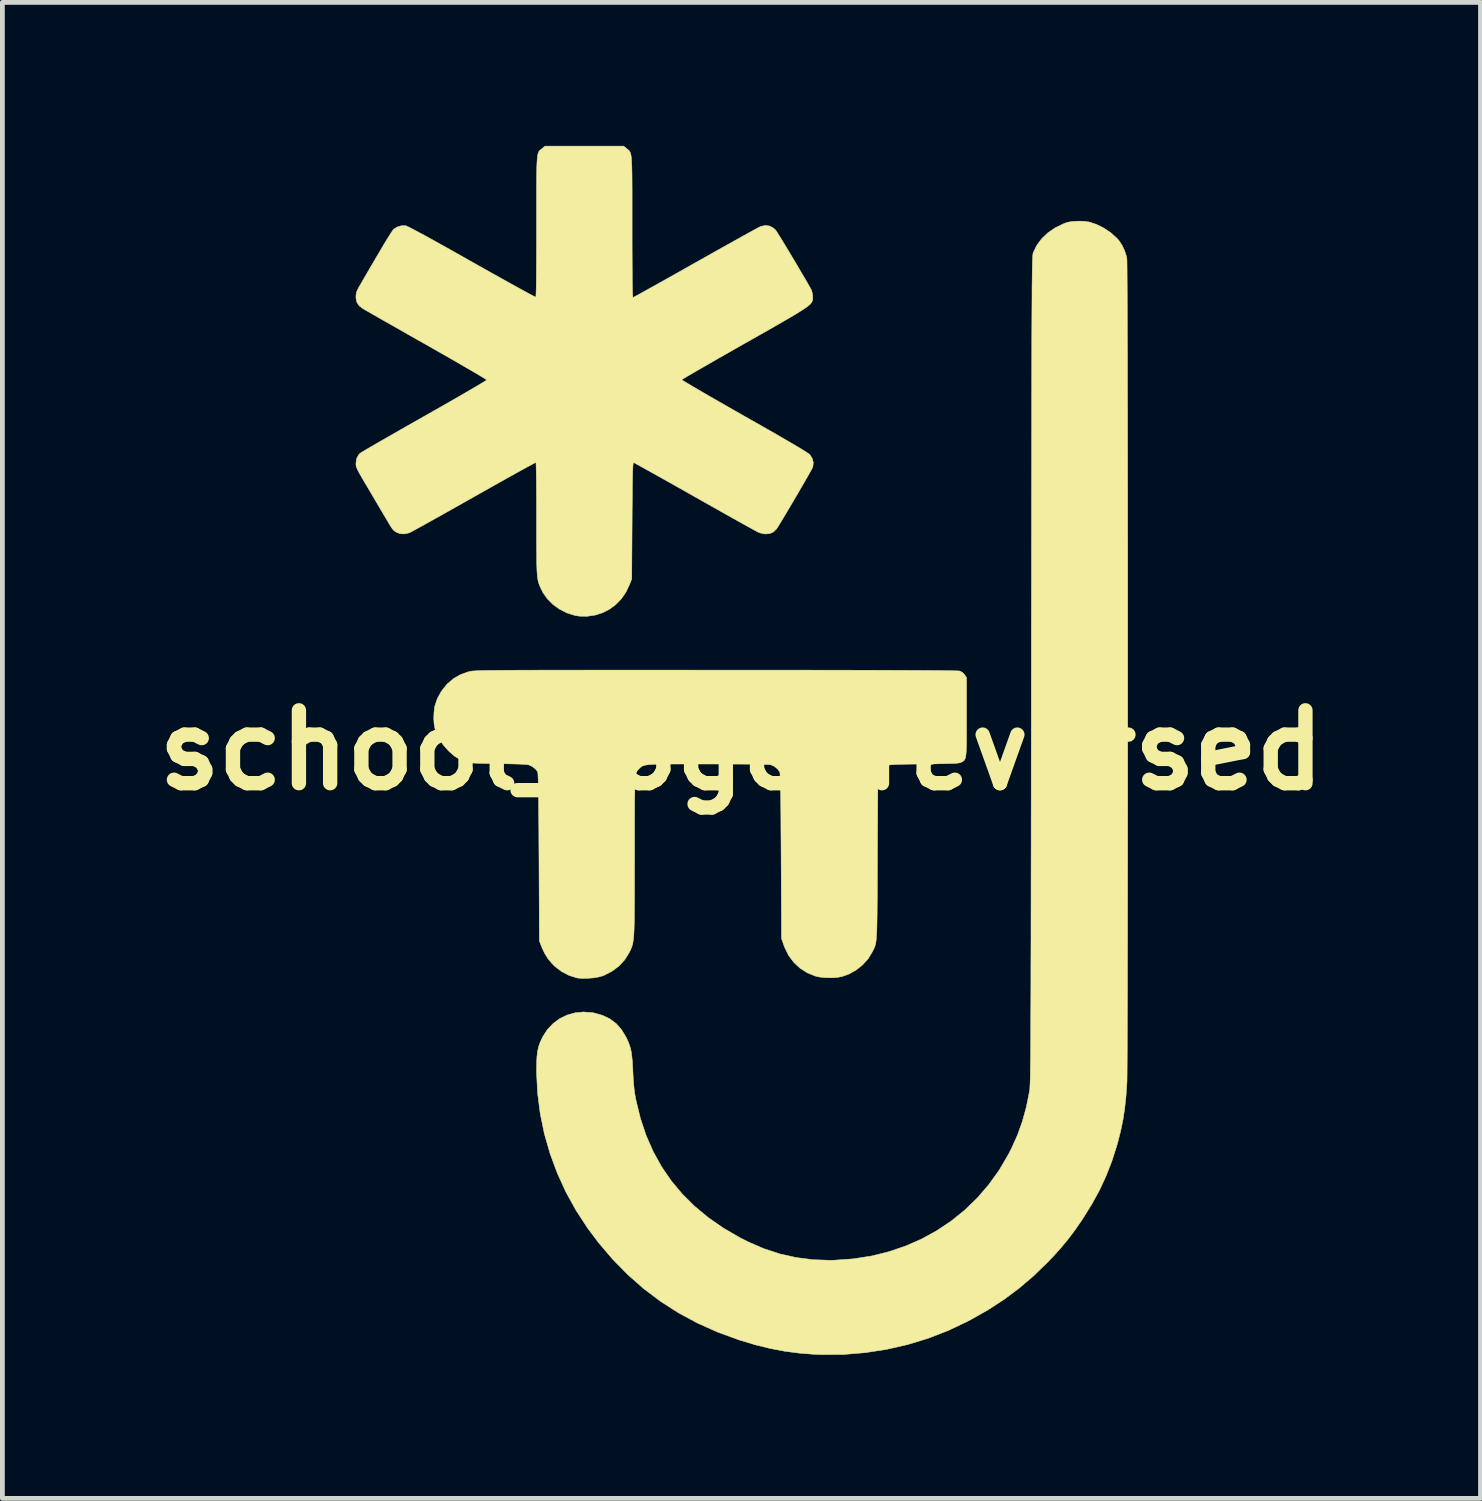
<source format=kicad_pcb>
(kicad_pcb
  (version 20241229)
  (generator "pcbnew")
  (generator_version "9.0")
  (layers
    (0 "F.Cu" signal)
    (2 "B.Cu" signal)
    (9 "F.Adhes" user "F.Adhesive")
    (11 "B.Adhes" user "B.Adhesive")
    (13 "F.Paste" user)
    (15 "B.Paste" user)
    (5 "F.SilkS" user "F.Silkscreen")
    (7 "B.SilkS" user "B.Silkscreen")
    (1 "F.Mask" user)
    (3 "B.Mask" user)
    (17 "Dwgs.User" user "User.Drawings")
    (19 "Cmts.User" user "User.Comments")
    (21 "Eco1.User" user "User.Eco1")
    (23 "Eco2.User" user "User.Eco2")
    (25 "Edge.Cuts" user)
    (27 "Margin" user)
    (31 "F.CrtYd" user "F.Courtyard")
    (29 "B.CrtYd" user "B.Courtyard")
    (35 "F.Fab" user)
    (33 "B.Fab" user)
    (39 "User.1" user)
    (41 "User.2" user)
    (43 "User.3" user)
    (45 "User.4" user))
  (footprint "school_logo_reversed"
    (layer "F.Cu")
    (at 12.453 12.637)
    (property "Reference" "school_logo_reversed" (at 0 0 0) (layer "F.SilkS") (effects (font (size 1.524 1.524) (thickness 0.3))))
    (attr through_hole)
    (fp_poly (pts (xy 7.184 -11.058) (xy 7.274 -11.044) (xy 7.281 -11.043) (xy 7.428 -10.993) (xy 7.577 -10.919) (xy 7.717 -10.825) (xy 7.839 -10.717) (xy 7.897 -10.653) (xy 7.958 -10.56) (xy 8.011 -10.448) (xy 8.049 -10.332) (xy 8.059 -10.279) (xy 8.061 -10.254) (xy 8.062 -10.196) (xy 8.063 -10.107) (xy 8.064 -9.988) (xy 8.065 -9.84) (xy 8.066 -9.664) (xy 8.067 -9.462) (xy 8.068 -9.235) (xy 8.069 -8.984) (xy 8.07 -8.71) (xy 8.071 -8.415) (xy 8.072 -8.099) (xy 8.072 -7.765) (xy 8.073 -7.413) (xy 8.074 -7.044) (xy 8.074 -6.66) (xy 8.075 -6.262) (xy 8.075 -5.851) (xy 8.076 -5.429) (xy 8.076 -4.997) (xy 8.076 -4.555) (xy 8.077 -4.106) (xy 8.077 -3.65) (xy 8.077 -3.189) (xy 8.077 -2.723) (xy 8.077 -2.255) (xy 8.077 -1.786) (xy 8.077 -1.315) (xy 8.077 -0.846) (xy 8.077 -0.379) (xy 8.077 0.084) (xy 8.077 0.543) (xy 8.077 0.997) (xy 8.076 1.443) (xy 8.076 1.88) (xy 8.076 2.308) (xy 8.075 2.726) (xy 8.075 3.131) (xy 8.074 3.523) (xy 8.074 3.9) (xy 8.073 4.262) (xy 8.072 4.606) (xy 8.072 4.933) (xy 8.071 5.239) (xy 8.07 5.525) (xy 8.069 5.789) (xy 8.068 6.03) (xy 8.067 6.246) (xy 8.066 6.437) (xy 8.065 6.6) (xy 8.064 6.736) (xy 8.063 6.842) (xy 8.062 6.917) (xy 8.06 6.96) (xy 8.06 6.962) (xy 8.041 7.237) (xy 8.014 7.489) (xy 7.978 7.726) (xy 7.93 7.959) (xy 7.869 8.198) (xy 7.848 8.272) (xy 7.744 8.597) (xy 7.624 8.904) (xy 7.486 9.201) (xy 7.324 9.496) (xy 7.136 9.798) (xy 7.121 9.821) (xy 6.978 10.028) (xy 6.837 10.216) (xy 6.689 10.395) (xy 6.527 10.576) (xy 6.405 10.703) (xy 6.113 10.987) (xy 5.812 11.244) (xy 5.497 11.48) (xy 5.161 11.699) (xy 4.8 11.904) (xy 4.724 11.944) (xy 4.321 12.135) (xy 3.903 12.297) (xy 3.473 12.428) (xy 3.034 12.528) (xy 2.589 12.597) (xy 2.14 12.634) (xy 1.691 12.638) (xy 1.532 12.632) (xy 1.212 12.607) (xy 0.905 12.567) (xy 0.601 12.509) (xy 0.292 12.433) (xy -0.033 12.335) (xy -0.064 12.325) (xy -0.5 12.166) (xy -0.915 11.98) (xy -1.309 11.768) (xy -1.684 11.529) (xy -2.038 11.263) (xy -2.374 10.968) (xy -2.69 10.646) (xy -2.989 10.295) (xy -3.218 9.99) (xy -3.458 9.622) (xy -3.669 9.24) (xy -3.85 8.844) (xy -4 8.438) (xy -4.12 8.022) (xy -4.207 7.599) (xy -4.262 7.17) (xy -4.284 6.739) (xy -4.284 6.679) (xy -4.282 6.525) (xy -4.275 6.398) (xy -4.261 6.291) (xy -4.24 6.196) (xy -4.209 6.108) (xy -4.168 6.018) (xy -4.154 5.99) (xy -4.057 5.84) (xy -3.937 5.714) (xy -3.799 5.612) (xy -3.644 5.537) (xy -3.478 5.49) (xy -3.303 5.473) (xy -3.122 5.486) (xy -3.084 5.493) (xy -2.906 5.543) (xy -2.753 5.616) (xy -2.621 5.714) (xy -2.51 5.839) (xy -2.417 5.991) (xy -2.402 6.02) (xy -2.367 6.097) (xy -2.339 6.169) (xy -2.318 6.24) (xy -2.302 6.318) (xy -2.29 6.409) (xy -2.28 6.519) (xy -2.272 6.653) (xy -2.269 6.723) (xy -2.262 6.866) (xy -2.253 6.985) (xy -2.243 7.088) (xy -2.23 7.183) (xy -2.213 7.28) (xy -2.202 7.332) (xy -2.11 7.706) (xy -1.991 8.06) (xy -1.844 8.394) (xy -1.67 8.708) (xy -1.468 9.003) (xy -1.238 9.278) (xy -0.981 9.534) (xy -0.696 9.77) (xy -0.383 9.988) (xy -0.042 10.187) (xy 0.135 10.277) (xy 0.466 10.421) (xy 0.802 10.531) (xy 1.146 10.608) (xy 1.497 10.653) (xy 1.857 10.665) (xy 1.946 10.663) (xy 2.338 10.635) (xy 2.716 10.576) (xy 3.082 10.486) (xy 3.437 10.365) (xy 3.768 10.22) (xy 4.088 10.044) (xy 4.391 9.841) (xy 4.674 9.612) (xy 4.936 9.357) (xy 5.175 9.079) (xy 5.39 8.779) (xy 5.579 8.458) (xy 5.648 8.323) (xy 5.774 8.042) (xy 5.875 7.759) (xy 5.956 7.465) (xy 6.02 7.149) (xy 6.024 7.128) (xy 6.026 7.113) (xy 6.028 7.096) (xy 6.03 7.075) (xy 6.032 7.049) (xy 6.033 7.018) (xy 6.035 6.981) (xy 6.037 6.937) (xy 6.038 6.884) (xy 6.04 6.823) (xy 6.041 6.752) (xy 6.042 6.67) (xy 6.043 6.577) (xy 6.045 6.471) (xy 6.046 6.352) (xy 6.047 6.219) (xy 6.048 6.071) (xy 6.049 5.907) (xy 6.049 5.726) (xy 6.05 5.528) (xy 6.051 5.31) (xy 6.052 5.074) (xy 6.053 4.817) (xy 6.053 4.539) (xy 6.054 4.239) (xy 6.055 3.916) (xy 6.055 3.569) (xy 6.056 3.197) (xy 6.056 2.8) (xy 6.057 2.376) (xy 6.058 1.925) (xy 6.058 1.446) (xy 6.059 0.937) (xy 6.059 0.399) (xy 6.06 -0.17) (xy 6.061 -0.771) (xy 6.061 -1.405) (xy 6.062 -1.685) (xy 6.062 -2.331) (xy 6.063 -2.944) (xy 6.064 -3.525) (xy 6.064 -4.075) (xy 6.065 -4.594) (xy 6.065 -5.084) (xy 6.066 -5.545) (xy 6.067 -5.978) (xy 6.067 -6.385) (xy 6.068 -6.766) (xy 6.068 -7.121) (xy 6.069 -7.452) (xy 6.069 -7.76) (xy 6.07 -8.045) (xy 6.071 -8.309) (xy 6.071 -8.552) (xy 6.072 -8.775) (xy 6.073 -8.978) (xy 6.074 -9.164) (xy 6.075 -9.333) (xy 6.076 -9.485) (xy 6.076 -9.621) (xy 6.077 -9.743) (xy 6.079 -9.851) (xy 6.08 -9.947) (xy 6.081 -10.03) (xy 6.082 -10.102) (xy 6.084 -10.164) (xy 6.085 -10.216) (xy 6.087 -10.26) (xy 6.088 -10.296) (xy 6.09 -10.325) (xy 6.092 -10.348) (xy 6.094 -10.367) (xy 6.096 -10.381) (xy 6.098 -10.392) (xy 6.1 -10.4) (xy 6.102 -10.406) (xy 6.176 -10.558) (xy 6.28 -10.698) (xy 6.41 -10.821) (xy 6.564 -10.926) (xy 6.739 -11.01) (xy 6.799 -11.033) (xy 6.875 -11.05) (xy 6.973 -11.06) (xy 7.08 -11.063) (xy 7.184 -11.058)) (stroke (width 0.01) (type solid)) (fill yes) (layer "F.SilkS"))
    (fp_poly (pts (xy -2.07 -1.676) (xy -1.658 -1.676) (xy -1.215 -1.676) (xy -0.74 -1.675) (xy -0.526 -1.675) (xy -0.01 -1.675) (xy 0.473 -1.675) (xy 0.924 -1.675) (xy 1.343 -1.675) (xy 1.733 -1.674) (xy 2.093 -1.674) (xy 2.424 -1.673) (xy 2.728 -1.673) (xy 3.005 -1.672) (xy 3.256 -1.671) (xy 3.482 -1.67) (xy 3.684 -1.669) (xy 3.863 -1.668) (xy 4.02 -1.667) (xy 4.155 -1.666) (xy 4.269 -1.664) (xy 4.364 -1.663) (xy 4.439 -1.661) (xy 4.497 -1.66) (xy 4.538 -1.658) (xy 4.563 -1.656) (xy 4.571 -1.654) (xy 4.624 -1.624) (xy 4.668 -1.578) (xy 4.669 -1.577) (xy 4.707 -1.519) (xy 4.707 -0.699) (xy 4.707 -0.503) (xy 4.707 -0.338) (xy 4.706 -0.201) (xy 4.705 -0.089) (xy 4.702 0.000273) (xy 4.697 0.07) (xy 4.691 0.123) (xy 4.682 0.163) (xy 4.671 0.191) (xy 4.657 0.212) (xy 4.64 0.227) (xy 4.619 0.24) (xy 4.601 0.249) (xy 4.585 0.257) (xy 4.565 0.263) (xy 4.536 0.268) (xy 4.496 0.272) (xy 4.442 0.276) (xy 4.37 0.278) (xy 4.277 0.281) (xy 4.161 0.283) (xy 4.018 0.285) (xy 3.845 0.287) (xy 3.802 0.288) (xy 3.612 0.29) (xy 3.454 0.292) (xy 3.323 0.295) (xy 3.217 0.299) (xy 3.133 0.304) (xy 3.067 0.311) (xy 3.017 0.32) (xy 2.98 0.332) (xy 2.952 0.347) (xy 2.931 0.366) (xy 2.913 0.388) (xy 2.895 0.415) (xy 2.892 0.421) (xy 2.853 0.483) (xy 2.844 2.227) (xy 2.843 2.511) (xy 2.842 2.764) (xy 2.841 2.987) (xy 2.839 3.182) (xy 2.838 3.352) (xy 2.836 3.499) (xy 2.834 3.624) (xy 2.832 3.729) (xy 2.828 3.818) (xy 2.824 3.892) (xy 2.819 3.952) (xy 2.813 4.002) (xy 2.806 4.043) (xy 2.798 4.077) (xy 2.789 4.106) (xy 2.778 4.133) (xy 2.765 4.16) (xy 2.751 4.188) (xy 2.735 4.219) (xy 2.647 4.363) (xy 2.531 4.491) (xy 2.394 4.599) (xy 2.241 4.683) (xy 2.099 4.733) (xy 1.999 4.751) (xy 1.879 4.758) (xy 1.754 4.755) (xy 1.636 4.743) (xy 1.547 4.723) (xy 1.377 4.654) (xy 1.225 4.557) (xy 1.094 4.435) (xy 0.986 4.29) (xy 0.904 4.124) (xy 0.885 4.072) (xy 0.838 3.937) (xy 0.83 2.218) (xy 0.828 1.913) (xy 0.826 1.64) (xy 0.825 1.398) (xy 0.823 1.187) (xy 0.821 1.006) (xy 0.818 0.852) (xy 0.816 0.725) (xy 0.813 0.624) (xy 0.81 0.548) (xy 0.807 0.495) (xy 0.804 0.465) (xy 0.802 0.457) (xy 0.756 0.392) (xy 0.689 0.338) (xy 0.618 0.306) (xy 0.587 0.302) (xy 0.525 0.299) (xy 0.433 0.296) (xy 0.308 0.293) (xy 0.152 0.291) (xy -0.036 0.29) (xy -0.258 0.289) (xy -0.512 0.288) (xy -0.708 0.288) (xy -0.951 0.288) (xy -1.162 0.288) (xy -1.345 0.288) (xy -1.5 0.289) (xy -1.632 0.29) (xy -1.741 0.292) (xy -1.83 0.295) (xy -1.903 0.299) (xy -1.96 0.304) (xy -2.005 0.311) (xy -2.039 0.319) (xy -2.066 0.329) (xy -2.087 0.34) (xy -2.105 0.354) (xy -2.122 0.37) (xy -2.138 0.385) (xy -2.154 0.4) (xy -2.168 0.415) (xy -2.18 0.431) (xy -2.19 0.451) (xy -2.2 0.477) (xy -2.207 0.51) (xy -2.214 0.553) (xy -2.219 0.608) (xy -2.224 0.677) (xy -2.227 0.762) (xy -2.23 0.864) (xy -2.232 0.986) (xy -2.234 1.13) (xy -2.234 1.298) (xy -2.235 1.492) (xy -2.235 1.713) (xy -2.235 1.965) (xy -2.235 2.234) (xy -2.236 2.517) (xy -2.236 2.768) (xy -2.236 2.99) (xy -2.237 3.184) (xy -2.238 3.353) (xy -2.239 3.499) (xy -2.241 3.624) (xy -2.244 3.73) (xy -2.248 3.819) (xy -2.253 3.894) (xy -2.259 3.956) (xy -2.267 4.008) (xy -2.275 4.052) (xy -2.285 4.09) (xy -2.297 4.124) (xy -2.311 4.156) (xy -2.326 4.189) (xy -2.344 4.224) (xy -2.346 4.23) (xy -2.439 4.38) (xy -2.558 4.51) (xy -2.701 4.618) (xy -2.866 4.703) (xy -2.908 4.72) (xy -2.993 4.743) (xy -3.098 4.76) (xy -3.212 4.769) (xy -3.322 4.771) (xy -3.417 4.764) (xy -3.446 4.759) (xy -3.608 4.707) (xy -3.762 4.626) (xy -3.901 4.52) (xy -3.962 4.459) (xy -4.047 4.356) (xy -4.114 4.249) (xy -4.172 4.124) (xy -4.181 4.1) (xy -4.225 3.988) (xy -4.233 2.235) (xy -4.235 1.937) (xy -4.236 1.671) (xy -4.238 1.436) (xy -4.24 1.23) (xy -4.242 1.052) (xy -4.244 0.9) (xy -4.246 0.773) (xy -4.248 0.669) (xy -4.251 0.587) (xy -4.253 0.525) (xy -4.256 0.482) (xy -4.26 0.456) (xy -4.263 0.446) (xy -4.31 0.389) (xy -4.378 0.338) (xy -4.451 0.305) (xy -4.455 0.304) (xy -4.49 0.299) (xy -4.556 0.295) (xy -4.648 0.29) (xy -4.763 0.287) (xy -4.897 0.284) (xy -5.047 0.281) (xy -5.093 0.281) (xy -5.285 0.278) (xy -5.443 0.275) (xy -5.569 0.27) (xy -5.661 0.265) (xy -5.722 0.258) (xy -5.74 0.254) (xy -5.874 0.202) (xy -6.004 0.12) (xy -6.125 0.014) (xy -6.233 -0.109) (xy -6.322 -0.247) (xy -6.389 -0.393) (xy -6.411 -0.464) (xy -6.427 -0.556) (xy -6.433 -0.668) (xy -6.429 -0.785) (xy -6.416 -0.894) (xy -6.409 -0.93) (xy -6.356 -1.085) (xy -6.274 -1.233) (xy -6.168 -1.367) (xy -6.147 -1.389) (xy -6.018 -1.499) (xy -5.875 -1.581) (xy -5.713 -1.639) (xy -5.696 -1.643) (xy -5.683 -1.646) (xy -5.669 -1.649) (xy -5.653 -1.652) (xy -5.634 -1.655) (xy -5.611 -1.657) (xy -5.582 -1.659) (xy -5.547 -1.661) (xy -5.504 -1.663) (xy -5.452 -1.665) (xy -5.389 -1.667) (xy -5.316 -1.668) (xy -5.23 -1.669) (xy -5.13 -1.67) (xy -5.016 -1.671) (xy -4.886 -1.672) (xy -4.739 -1.673) (xy -4.573 -1.674) (xy -4.388 -1.674) (xy -4.182 -1.675) (xy -3.955 -1.675) (xy -3.705 -1.675) (xy -3.431 -1.675) (xy -3.131 -1.676) (xy -2.805 -1.676) (xy -2.452 -1.676) (xy -2.07 -1.676)) (stroke (width 0.01) (type solid)) (fill yes) (layer "F.SilkS"))
    (fp_poly (pts (xy -2.398 -12.579) (xy -2.379 -12.563) (xy -2.362 -12.55) (xy -2.347 -12.535) (xy -2.335 -12.518) (xy -2.324 -12.496) (xy -2.315 -12.467) (xy -2.307 -12.428) (xy -2.301 -12.378) (xy -2.297 -12.315) (xy -2.293 -12.236) (xy -2.29 -12.139) (xy -2.288 -12.022) (xy -2.287 -11.883) (xy -2.286 -11.72) (xy -2.286 -11.53) (xy -2.286 -11.312) (xy -2.286 -11.063) (xy -2.286 -10.939) (xy -2.286 -10.648) (xy -2.285 -10.389) (xy -2.284 -10.164) (xy -2.283 -9.971) (xy -2.282 -9.81) (xy -2.28 -9.68) (xy -2.277 -9.581) (xy -2.274 -9.513) (xy -2.271 -9.475) (xy -2.268 -9.466) (xy -2.251 -9.474) (xy -2.207 -9.498) (xy -2.137 -9.535) (xy -2.045 -9.587) (xy -1.931 -9.65) (xy -1.799 -9.723) (xy -1.65 -9.807) (xy -1.487 -9.898) (xy -1.311 -9.997) (xy -1.125 -10.102) (xy -0.952 -10.2) (xy -0.757 -10.309) (xy -0.571 -10.414) (xy -0.393 -10.514) (xy -0.228 -10.606) (xy -0.077 -10.69) (xy 0.057 -10.765) (xy 0.173 -10.829) (xy 0.268 -10.881) (xy 0.34 -10.92) (xy 0.387 -10.944) (xy 0.405 -10.953) (xy 0.503 -10.973) (xy 0.593 -10.96) (xy 0.673 -10.914) (xy 0.714 -10.877) (xy 0.73 -10.854) (xy 0.761 -10.806) (xy 0.804 -10.737) (xy 0.858 -10.65) (xy 0.919 -10.548) (xy 0.987 -10.437) (xy 1.057 -10.319) (xy 1.129 -10.199) (xy 1.199 -10.08) (xy 1.266 -9.966) (xy 1.328 -9.862) (xy 1.381 -9.77) (xy 1.424 -9.694) (xy 1.454 -9.64) (xy 1.463 -9.623) (xy 1.479 -9.571) (xy 1.489 -9.503) (xy 1.49 -9.474) (xy 1.49 -9.448) (xy 1.489 -9.423) (xy 1.484 -9.4) (xy 1.475 -9.377) (xy 1.46 -9.353) (xy 1.437 -9.326) (xy 1.403 -9.296) (xy 1.358 -9.262) (xy 1.3 -9.222) (xy 1.226 -9.175) (xy 1.136 -9.119) (xy 1.028 -9.055) (xy 0.899 -8.98) (xy 0.748 -8.893) (xy 0.574 -8.793) (xy 0.374 -8.68) (xy 0.147 -8.551) (xy 0.057 -8.501) (xy -0.136 -8.391) (xy -0.32 -8.286) (xy -0.494 -8.187) (xy -0.655 -8.094) (xy -0.801 -8.01) (xy -0.931 -7.936) (xy -1.041 -7.872) (xy -1.13 -7.82) (xy -1.195 -7.781) (xy -1.235 -7.756) (xy -1.247 -7.747) (xy -1.234 -7.736) (xy -1.193 -7.71) (xy -1.126 -7.67) (xy -1.037 -7.617) (xy -0.926 -7.552) (xy -0.796 -7.476) (xy -0.649 -7.391) (xy -0.487 -7.298) (xy -0.312 -7.198) (xy -0.127 -7.092) (xy 0.061 -6.985) (xy 0.312 -6.843) (xy 0.535 -6.716) (xy 0.731 -6.604) (xy 0.9 -6.506) (xy 1.043 -6.422) (xy 1.163 -6.352) (xy 1.259 -6.294) (xy 1.333 -6.248) (xy 1.386 -6.213) (xy 1.42 -6.189) (xy 1.431 -6.178) (xy 1.481 -6.101) (xy 1.502 -6.016) (xy 1.494 -5.93) (xy 1.485 -5.908) (xy 1.471 -5.879) (xy 1.441 -5.825) (xy 1.399 -5.75) (xy 1.346 -5.658) (xy 1.285 -5.552) (xy 1.218 -5.437) (xy 1.148 -5.317) (xy 1.076 -5.194) (xy 1.005 -5.075) (xy 0.938 -4.961) (xy 0.876 -4.858) (xy 0.822 -4.768) (xy 0.779 -4.697) (xy 0.748 -4.648) (xy 0.734 -4.627) (xy 0.667 -4.563) (xy 0.584 -4.528) (xy 0.489 -4.522) (xy 0.386 -4.545) (xy 0.347 -4.561) (xy 0.32 -4.575) (xy 0.265 -4.605) (xy 0.186 -4.649) (xy 0.084 -4.705) (xy -0.038 -4.773) (xy -0.178 -4.851) (xy -0.333 -4.938) (xy -0.501 -5.033) (xy -0.68 -5.134) (xy -0.867 -5.239) (xy -0.982 -5.304) (xy -1.171 -5.412) (xy -1.353 -5.514) (xy -1.523 -5.61) (xy -1.682 -5.699) (xy -1.825 -5.779) (xy -1.952 -5.85) (xy -2.059 -5.909) (xy -2.145 -5.957) (xy -2.207 -5.991) (xy -2.243 -6.01) (xy -2.252 -6.014) (xy -2.257 -6.012) (xy -2.261 -6.002) (xy -2.265 -5.983) (xy -2.268 -5.951) (xy -2.271 -5.905) (xy -2.274 -5.842) (xy -2.276 -5.76) (xy -2.278 -5.657) (xy -2.28 -5.531) (xy -2.281 -5.38) (xy -2.283 -5.201) (xy -2.285 -4.992) (xy -2.286 -4.801) (xy -2.294 -3.581) (xy -2.338 -3.469) (xy -2.416 -3.304) (xy -2.512 -3.164) (xy -2.631 -3.043) (xy -2.761 -2.947) (xy -2.902 -2.875) (xy -3.06 -2.825) (xy -3.225 -2.801) (xy -3.388 -2.803) (xy -3.485 -2.819) (xy -3.649 -2.871) (xy -3.803 -2.949) (xy -3.941 -3.048) (xy -4.058 -3.165) (xy -4.149 -3.295) (xy -4.171 -3.338) (xy -4.192 -3.382) (xy -4.211 -3.422) (xy -4.226 -3.46) (xy -4.24 -3.499) (xy -4.251 -3.541) (xy -4.26 -3.59) (xy -4.267 -3.648) (xy -4.273 -3.717) (xy -4.277 -3.8) (xy -4.28 -3.901) (xy -4.282 -4.021) (xy -4.283 -4.163) (xy -4.284 -4.33) (xy -4.284 -4.525) (xy -4.284 -4.75) (xy -4.284 -4.84) (xy -4.284 -5.036) (xy -4.285 -5.222) (xy -4.286 -5.395) (xy -4.287 -5.552) (xy -4.288 -5.691) (xy -4.29 -5.809) (xy -4.292 -5.904) (xy -4.294 -5.971) (xy -4.296 -6.01) (xy -4.297 -6.018) (xy -4.314 -6.011) (xy -4.357 -5.988) (xy -4.426 -5.951) (xy -4.518 -5.901) (xy -4.631 -5.839) (xy -4.762 -5.766) (xy -4.91 -5.684) (xy -5.073 -5.593) (xy -5.248 -5.494) (xy -5.433 -5.39) (xy -5.597 -5.297) (xy -5.791 -5.188) (xy -5.977 -5.083) (xy -6.154 -4.983) (xy -6.318 -4.891) (xy -6.469 -4.807) (xy -6.603 -4.732) (xy -6.719 -4.668) (xy -6.814 -4.616) (xy -6.885 -4.577) (xy -6.932 -4.553) (xy -6.949 -4.545) (xy -7.046 -4.523) (xy -7.138 -4.528) (xy -7.213 -4.557) (xy -7.248 -4.58) (xy -7.276 -4.603) (xy -7.302 -4.634) (xy -7.332 -4.679) (xy -7.372 -4.744) (xy -7.385 -4.767) (xy -7.411 -4.811) (xy -7.452 -4.88) (xy -7.504 -4.969) (xy -7.566 -5.072) (xy -7.633 -5.186) (xy -7.703 -5.305) (xy -7.73 -5.351) (xy -7.814 -5.493) (xy -7.883 -5.609) (xy -7.937 -5.702) (xy -7.979 -5.775) (xy -8.01 -5.832) (xy -8.032 -5.876) (xy -8.046 -5.909) (xy -8.055 -5.936) (xy -8.059 -5.958) (xy -8.06 -5.98) (xy -8.06 -6.003) (xy -8.047 -6.097) (xy -8.005 -6.175) (xy -7.973 -6.209) (xy -7.953 -6.223) (xy -7.905 -6.252) (xy -7.832 -6.295) (xy -7.736 -6.351) (xy -7.62 -6.419) (xy -7.485 -6.496) (xy -7.333 -6.583) (xy -7.167 -6.678) (xy -6.99 -6.78) (xy -6.802 -6.886) (xy -6.629 -6.984) (xy -6.436 -7.094) (xy -6.251 -7.199) (xy -6.077 -7.298) (xy -5.916 -7.391) (xy -5.77 -7.476) (xy -5.641 -7.551) (xy -5.531 -7.615) (xy -5.443 -7.668) (xy -5.378 -7.707) (xy -5.338 -7.733) (xy -5.326 -7.742) (xy -5.34 -7.754) (xy -5.382 -7.78) (xy -5.449 -7.821) (xy -5.539 -7.875) (xy -5.65 -7.94) (xy -5.78 -8.015) (xy -5.926 -8.1) (xy -6.088 -8.193) (xy -6.261 -8.292) (xy -6.445 -8.397) (xy -6.587 -8.478) (xy -6.779 -8.586) (xy -6.964 -8.691) (xy -7.139 -8.791) (xy -7.303 -8.884) (xy -7.453 -8.969) (xy -7.586 -9.045) (xy -7.7 -9.11) (xy -7.793 -9.164) (xy -7.864 -9.204) (xy -7.908 -9.23) (xy -7.923 -9.239) (xy -7.996 -9.297) (xy -8.04 -9.364) (xy -8.059 -9.447) (xy -8.06 -9.483) (xy -8.058 -9.53) (xy -8.05 -9.572) (xy -8.032 -9.618) (xy -8.002 -9.677) (xy -7.971 -9.73) (xy -7.843 -9.951) (xy -7.731 -10.143) (xy -7.633 -10.31) (xy -7.549 -10.452) (xy -7.479 -10.571) (xy -7.42 -10.669) (xy -7.372 -10.746) (xy -7.334 -10.806) (xy -7.305 -10.849) (xy -7.285 -10.878) (xy -7.274 -10.89) (xy -7.202 -10.939) (xy -7.114 -10.966) (xy -7.023 -10.968) (xy -6.995 -10.958) (xy -6.939 -10.931) (xy -6.855 -10.887) (xy -6.742 -10.827) (xy -6.601 -10.751) (xy -6.431 -10.657) (xy -6.232 -10.546) (xy -6.004 -10.419) (xy -5.748 -10.274) (xy -5.638 -10.212) (xy -5.443 -10.102) (xy -5.256 -9.997) (xy -5.08 -9.899) (xy -4.916 -9.807) (xy -4.768 -9.725) (xy -4.635 -9.652) (xy -4.522 -9.59) (xy -4.43 -9.54) (xy -4.361 -9.504) (xy -4.317 -9.481) (xy -4.3 -9.475) (xy -4.297 -9.493) (xy -4.295 -9.544) (xy -4.292 -9.626) (xy -4.29 -9.738) (xy -4.288 -9.878) (xy -4.287 -10.045) (xy -4.286 -10.237) (xy -4.285 -10.453) (xy -4.284 -10.692) (xy -4.284 -10.949) (xy -4.284 -11.212) (xy -4.284 -11.443) (xy -4.284 -11.645) (xy -4.284 -11.819) (xy -4.283 -11.968) (xy -4.281 -12.094) (xy -4.279 -12.198) (xy -4.275 -12.285) (xy -4.271 -12.354) (xy -4.265 -12.409) (xy -4.258 -12.452) (xy -4.25 -12.485) (xy -4.24 -12.51) (xy -4.228 -12.529) (xy -4.214 -12.544) (xy -4.198 -12.558) (xy -4.18 -12.572) (xy -4.172 -12.579) (xy -4.107 -12.632) (xy -2.463 -12.632) (xy -2.398 -12.579)) (stroke (width 0.01) (type solid)) (fill yes) (layer "F.SilkS")))
  (gr_rect
    (start -3 -3)
    (end 27.907 28.281)
    (stroke (width 0.1) (type default))
    (fill no)
    (layer "Edge.Cuts")))
</source>
